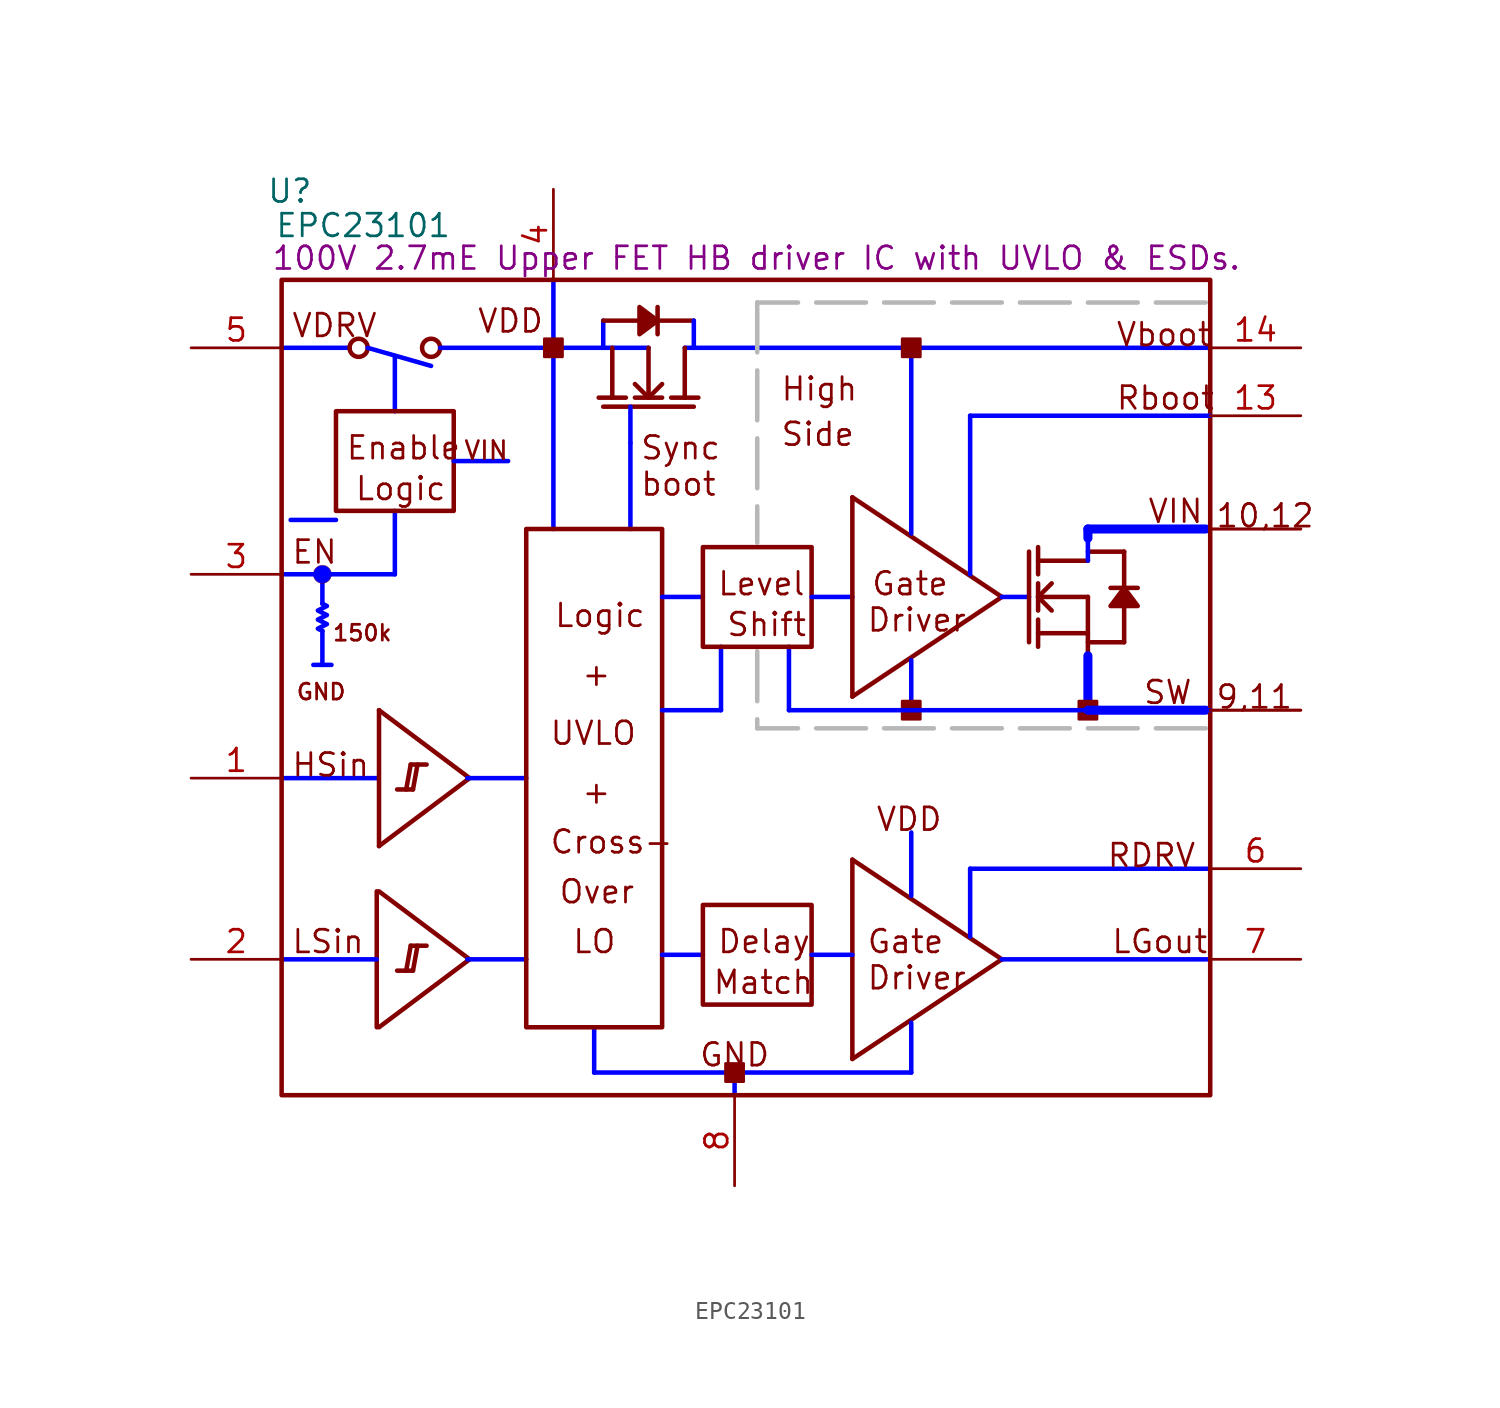
<source format=kicad_sym>
(kicad_symbol_lib
  (version 20241209)
  (generator "kicad_symbol_editor")
  (generator_version "9.0")
  (symbol "EPC23101"
    (property "Reference" "U"
      (at 5.537 50.698 0)
      (effects (font (size 1.27 1.27))))
    (property "Value" "EPC23101"
      (at 9.652 48.768 0)
      (effects (font (size 1.27 1.27))))
    (property "Description" "100V 2.7mE Upper FET HB driver IC with UVLO & ESDs."
      (at 31.699 46.939 0)
      (effects (font (size 1.27 1.27))))
    (symbol "EPC23101_1_0"
      (polyline (pts (xy 5.08 41.91) (xy 8.89 41.91)) (stroke (width 0.254) (type solid) (color 0 0 255 1)) (fill (type none)))
      (polyline (pts (xy 5.588 32.258) (xy 8.128 32.258)) (stroke (width 0.254) (type solid) (color 0 0 255 1)) (fill (type none)))
      (polyline (pts (xy 7.366 29.21) (xy 7.366 27.559)) (stroke (width 0.254) (type solid) (color 0 0 255 1)) (fill (type none)))
      (circle (center 7.366 29.21) (radius 0.508) (stroke (width 0.0001) (type solid)) (fill (type color) (color 0 0 255 1)))
      (polyline (pts (xy 7.366 26.035) (xy 7.366 24.13)) (stroke (width 0.254) (type solid) (color 0 0 255 1)) (fill (type none)))
      (polyline (pts (xy 7.366 26.035) (xy 7.112 26.162) (xy 7.62 26.416) (xy 7.112 26.67) (xy 7.62 26.924) (xy 7.112 27.178) (xy 7.62 27.432) (xy 7.366 27.559)) (stroke (width 0.254) (type solid) (color 0 0 255 1)) (fill (type none)))
      (polyline (pts (xy 7.874 24.13) (xy 6.858 24.13)) (stroke (width 0.254) (type solid) (color 0 0 255 1)) (fill (type none)))
      (circle (center 9.398 41.91) (radius 0.508) (stroke (width 0.254) (type solid)) (fill (type none)))
      (polyline (pts (xy 9.906 41.91) (xy 13.462 40.894)) (stroke (width 0.254) (type solid) (color 0 0 255 1)) (fill (type none)))
      (polyline (pts (xy 10.414 17.78) (xy 5.08 17.78)) (stroke (width 0.254) (type solid) (color 0 0 255 1)) (fill (type none)))
      (polyline (pts (xy 10.414 11.43) (xy 10.414 3.81)) (stroke (width 0.254) (type solid)) (fill (type none)))
      (polyline (pts (xy 10.414 7.62) (xy 5.08 7.62)) (stroke (width 0.254) (type solid) (color 0 0 255 1)) (fill (type none)))
      (polyline (pts (xy 10.541 21.59) (xy 10.541 13.97)) (stroke (width 0.254) (type solid)) (fill (type none)))
      (polyline (pts (xy 10.541 21.59) (xy 15.621 17.78)) (stroke (width 0.254) (type solid)) (fill (type none)))
      (polyline (pts (xy 10.541 13.97) (xy 15.621 17.78)) (stroke (width 0.254) (type solid)) (fill (type none)))
      (polyline (pts (xy 10.541 11.43) (xy 15.621 7.62)) (stroke (width 0.254) (type solid)) (fill (type none)))
      (polyline (pts (xy 10.541 3.81) (xy 15.621 7.62)) (stroke (width 0.254) (type solid)) (fill (type none)))
      (polyline (pts (xy 11.43 38.354) (xy 11.43 41.402)) (stroke (width 0.254) (type solid) (color 0 0 255 1)) (fill (type none)))
      (polyline (pts (xy 11.43 29.21) (xy 5.08 29.21)) (stroke (width 0.254) (type solid) (color 0 0 255 1)) (fill (type none)))
      (polyline (pts (xy 11.43 29.21) (xy 11.43 32.766)) (stroke (width 0.254) (type solid) (color 0 0 255 1)) (fill (type none)))
      (polyline (pts (xy 12.065 17.145) (xy 12.319 18.542)) (stroke (width 0.254) (type solid)) (fill (type none)))
      (polyline (pts (xy 12.065 6.985) (xy 12.319 8.382)) (stroke (width 0.254) (type solid)) (fill (type none)))
      (polyline (pts (xy 12.446 17.145) (xy 11.557 17.145)) (stroke (width 0.254) (type solid)) (fill (type none)))
      (polyline (pts (xy 12.446 17.145) (xy 12.7 18.542)) (stroke (width 0.254) (type solid)) (fill (type none)))
      (polyline (pts (xy 12.446 6.985) (xy 11.557 6.985)) (stroke (width 0.254) (type solid)) (fill (type none)))
      (polyline (pts (xy 12.446 6.985) (xy 12.7 8.382)) (stroke (width 0.254) (type solid)) (fill (type none)))
      (polyline (pts (xy 13.208 18.542) (xy 12.319 18.542)) (stroke (width 0.254) (type solid)) (fill (type none)))
      (polyline (pts (xy 13.208 8.382) (xy 12.319 8.382)) (stroke (width 0.254) (type solid)) (fill (type none)))
      (circle (center 13.462 41.91) (radius 0.508) (stroke (width 0.254) (type solid)) (fill (type none)))
      (polyline (pts (xy 13.97 41.91) (xy 25.654 41.91)) (stroke (width 0.254) (type solid) (color 0 0 255 1)) (fill (type none)))
      (rectangle (start 14.732 38.354) (end 8.128 32.766) (stroke (width 0.254) (type solid)) (fill (type none)))
      (polyline (pts (xy 15.494 17.78) (xy 18.796 17.78)) (stroke (width 0.254) (type solid) (color 0 0 255 1)) (fill (type none)))
      (polyline (pts (xy 15.494 7.62) (xy 18.796 7.62)) (stroke (width 0.254) (type solid) (color 0 0 255 1)) (fill (type none)))
      (polyline (pts (xy 17.78 35.56) (xy 14.732 35.56)) (stroke (width 0.254) (type solid) (color 0 0 255 1)) (fill (type none)))
      (polyline (pts (xy 20.32 31.75) (xy 20.32 45.72)) (stroke (width 0.254) (type solid) (color 0 0 255 1)) (fill (type none)))
      (rectangle (start 20.828 42.418) (end 19.812 41.402) (stroke (width 0) (type solid)) (fill (type outline)))
      (polyline (pts (xy 22.606 1.27) (xy 22.606 3.81)) (stroke (width 0.254) (type solid) (color 0 0 255 1)) (fill (type none)))
      (polyline (pts (xy 22.606 1.27) (xy 40.386 1.27)) (stroke (width 0.254) (type solid) (color 0 0 255 1)) (fill (type none)))
      (polyline (pts (xy 23.114 43.434) (xy 23.114 41.91)) (stroke (width 0.254) (type solid) (color 0 0 255 1)) (fill (type none)))
      (polyline (pts (xy 23.114 43.434) (xy 25.146 43.434)) (stroke (width 0.254) (type solid)) (fill (type none)))
      (polyline (pts (xy 23.114 38.608) (xy 28.194 38.608)) (stroke (width 0.254) (type solid)) (fill (type none)))
      (polyline (pts (xy 23.622 41.91) (xy 23.622 39.116)) (stroke (width 0.254) (type solid)) (fill (type none)))
      (polyline (pts (xy 24.384 39.116) (xy 22.86 39.116)) (stroke (width 0.254) (type solid)) (fill (type none)))
      (polyline (pts (xy 24.638 38.608) (xy 24.638 36.576)) (stroke (width 0.254) (type solid) (color 0 0 255 1)) (fill (type none)))
      (polyline (pts (xy 24.638 31.75) (xy 24.638 36.576)) (stroke (width 0.254) (type solid) (color 0 0 255 1)) (fill (type none)))
      (polyline (pts (xy 25.654 39.116) (xy 24.892 39.878)) (stroke (width 0.254) (type solid)) (fill (type none)))
      (polyline (pts (xy 25.654 39.116) (xy 25.654 41.91)) (stroke (width 0.254) (type solid)) (fill (type none)))
      (polyline (pts (xy 26.162 43.434) (xy 28.194 43.434)) (stroke (width 0.254) (type solid)) (fill (type none)))
      (polyline (pts (xy 26.162 43.434) (xy 25.146 44.196) (xy 25.146 42.672) (xy 26.162 43.434)) (stroke (width 0.254) (type solid)) (fill (type outline)))
      (polyline (pts (xy 26.162 42.672) (xy 26.162 44.196)) (stroke (width 0.254) (type solid)) (fill (type none)))
      (polyline (pts (xy 26.416 39.878) (xy 25.654 39.116)) (stroke (width 0.254) (type solid)) (fill (type none)))
      (polyline (pts (xy 26.416 39.116) (xy 24.892 39.116)) (stroke (width 0.254) (type solid)) (fill (type none)))
      (rectangle (start 26.416 31.75) (end 18.796 3.81) (stroke (width 0.254) (type solid)) (fill (type none)))
      (polyline (pts (xy 26.416 27.94) (xy 28.702 27.94)) (stroke (width 0.254) (type solid) (color 0 0 255 1)) (fill (type none)))
      (polyline (pts (xy 27.686 41.91) (xy 57.15 41.91)) (stroke (width 0.254) (type solid) (color 0 0 255 1)) (fill (type none)))
      (polyline (pts (xy 27.686 39.116) (xy 27.686 41.91)) (stroke (width 0.254) (type solid)) (fill (type none)))
      (polyline (pts (xy 28.194 43.434) (xy 28.194 41.91)) (stroke (width 0.254) (type solid) (color 0 0 255 1)) (fill (type none)))
      (polyline (pts (xy 28.448 39.116) (xy 26.924 39.116)) (stroke (width 0.254) (type solid)) (fill (type none)))
      (polyline (pts (xy 28.702 7.874) (xy 26.416 7.874)) (stroke (width 0.254) (type solid) (color 0 0 255 1)) (fill (type none)))
      (polyline (pts (xy 29.718 21.59) (xy 26.416 21.59)) (stroke (width 0.254) (type solid) (color 0 0 255 1)) (fill (type none)))
      (polyline (pts (xy 29.718 21.59) (xy 29.718 25.146)) (stroke (width 0.254) (type solid) (color 0 0 255 1)) (fill (type none)))
      (polyline (pts (xy 30.48 0) (xy 30.48 1.27)) (stroke (width 0.254) (type solid) (color 0 0 255 1)) (fill (type none)))
      (rectangle (start 30.988 1.778) (end 29.972 0.762) (stroke (width 0) (type solid)) (fill (type outline)))
      (polyline (pts (xy 31.75 44.45) (xy 31.75 30.988)) (stroke (width 0.254) (type dash) (color 183 183 183 1)) (fill (type none)))
      (polyline (pts (xy 31.75 24.892) (xy 31.75 20.574)) (stroke (width 0.254) (type dash) (color 183 183 183 1)) (fill (type none)))
      (polyline (pts (xy 33.528 21.59) (xy 33.528 25.146)) (stroke (width 0.254) (type solid) (color 0 0 255 1)) (fill (type none)))
      (rectangle (start 34.798 30.734) (end 28.702 25.146) (stroke (width 0.254) (type solid)) (fill (type none)))
      (polyline (pts (xy 34.798 27.94) (xy 37.084 27.94)) (stroke (width 0.254) (type solid) (color 0 0 255 1)) (fill (type none)))
      (rectangle (start 34.798 10.668) (end 28.702 5.08) (stroke (width 0.254) (type solid)) (fill (type none)))
      (polyline (pts (xy 37.084 33.528) (xy 37.084 22.352)) (stroke (width 0.254) (type solid)) (fill (type none)))
      (polyline (pts (xy 37.084 33.528) (xy 45.466 27.94)) (stroke (width 0.254) (type solid)) (fill (type none)))
      (polyline (pts (xy 37.084 22.352) (xy 45.466 27.94)) (stroke (width 0.254) (type solid)) (fill (type none)))
      (polyline (pts (xy 37.084 13.208) (xy 37.084 2.032)) (stroke (width 0.254) (type solid)) (fill (type none)))
      (polyline (pts (xy 37.084 13.208) (xy 45.466 7.62)) (stroke (width 0.254) (type solid)) (fill (type none)))
      (polyline (pts (xy 37.084 7.874) (xy 34.798 7.874)) (stroke (width 0.254) (type solid) (color 0 0 255 1)) (fill (type none)))
      (polyline (pts (xy 37.084 2.032) (xy 45.466 7.62)) (stroke (width 0.254) (type solid)) (fill (type none)))
      (polyline (pts (xy 40.386 31.496) (xy 40.386 41.91)) (stroke (width 0.254) (type solid) (color 0 0 255 1)) (fill (type none)))
      (polyline (pts (xy 40.386 21.59) (xy 40.386 24.384)) (stroke (width 0.254) (type solid) (color 0 0 255 1)) (fill (type none)))
      (polyline (pts (xy 40.386 11.176) (xy 40.386 14.732)) (stroke (width 0.254) (type solid) (color 0 0 255 1)) (fill (type none)))
      (polyline (pts (xy 40.386 1.27) (xy 40.386 4.064)) (stroke (width 0.254) (type solid) (color 0 0 255 1)) (fill (type none)))
      (rectangle (start 40.894 42.418) (end 39.878 41.402) (stroke (width 0) (type solid)) (fill (type outline)))
      (rectangle (start 40.894 22.098) (end 39.878 21.082) (stroke (width 0) (type solid)) (fill (type outline)))
      (polyline (pts (xy 43.688 29.21) (xy 43.688 38.1)) (stroke (width 0.254) (type solid) (color 0 0 255 1)) (fill (type none)))
      (polyline (pts (xy 43.688 12.7) (xy 57.15 12.7)) (stroke (width 0.254) (type solid) (color 0 0 255 1)) (fill (type none)))
      (polyline (pts (xy 43.688 8.89) (xy 43.688 12.7)) (stroke (width 0.254) (type solid) (color 0 0 255 1)) (fill (type none)))
      (polyline (pts (xy 45.466 27.94) (xy 46.99 27.94)) (stroke (width 0.254) (type solid) (color 0 0 255 1)) (fill (type none)))
      (polyline (pts (xy 45.466 7.62) (xy 57.15 7.62)) (stroke (width 0.254) (type solid) (color 0 0 255 1)) (fill (type none)))
      (polyline (pts (xy 46.99 30.48) (xy 46.99 25.4)) (stroke (width 0.254) (type solid)) (fill (type none)))
      (polyline (pts (xy 47.498 29.21) (xy 47.498 30.734)) (stroke (width 0.254) (type solid)) (fill (type none)))
      (polyline (pts (xy 47.498 27.94) (xy 48.26 28.702)) (stroke (width 0.254) (type solid)) (fill (type none)))
      (polyline (pts (xy 47.498 27.94) (xy 50.292 27.94)) (stroke (width 0.254) (type solid)) (fill (type none)))
      (polyline (pts (xy 47.498 27.178) (xy 47.498 28.702)) (stroke (width 0.254) (type solid)) (fill (type none)))
      (polyline (pts (xy 47.498 25.908) (xy 50.292 25.908)) (stroke (width 0.254) (type solid)) (fill (type none)))
      (polyline (pts (xy 47.498 25.146) (xy 47.498 26.67)) (stroke (width 0.254) (type solid)) (fill (type none)))
      (polyline (pts (xy 48.26 27.178) (xy 47.498 27.94)) (stroke (width 0.254) (type solid)) (fill (type none)))
      (polyline (pts (xy 50.292 31.75) (xy 57.15 31.75)) (stroke (width 0.254) (type solid) (color 0 0 255 1)) (fill (type none)))
      (polyline (pts (xy 50.292 31.242) (xy 50.292 31.75)) (stroke (width 0.508) (type solid) (color 0 0 255 1)) (fill (type none)))
      (polyline (pts (xy 50.292 30.48) (xy 52.324 30.48)) (stroke (width 0.254) (type solid)) (fill (type none)))
      (polyline (pts (xy 50.292 29.972) (xy 47.498 29.972)) (stroke (width 0.254) (type solid)) (fill (type none)))
      (polyline (pts (xy 50.292 29.972) (xy 50.292 31.75)) (stroke (width 0.254) (type solid) (color 0 0 255 1)) (fill (type none)))
      (polyline (pts (xy 50.292 27.94) (xy 50.292 22.86)) (stroke (width 0.254) (type solid)) (fill (type none)))
      (polyline (pts (xy 50.292 25.4) (xy 52.324 25.4)) (stroke (width 0.254) (type solid)) (fill (type none)))
      (polyline (pts (xy 50.292 21.59) (xy 50.292 24.638)) (stroke (width 0.254) (type solid) (color 0 0 255 1)) (fill (type none)))
      (polyline (pts (xy 50.292 21.59) (xy 50.292 24.638)) (stroke (width 0.508) (type solid) (color 0 0 255 1)) (fill (type none)))
      (rectangle (start 50.8 22.098) (end 49.784 21.082) (stroke (width 0) (type solid)) (fill (type outline)))
      (polyline (pts (xy 52.324 30.48) (xy 52.324 28.448)) (stroke (width 0.254) (type solid)) (fill (type none)))
      (polyline (pts (xy 52.324 28.448) (xy 51.562 27.432) (xy 53.086 27.432) (xy 52.324 28.448)) (stroke (width 0.254) (type solid)) (fill (type outline)))
      (polyline (pts (xy 52.324 27.432) (xy 52.324 25.4)) (stroke (width 0.254) (type solid)) (fill (type none)))
      (polyline (pts (xy 53.086 28.448) (xy 51.562 28.448)) (stroke (width 0.254) (type solid)) (fill (type none)))
      (polyline (pts (xy 56.896 44.45) (xy 31.75 44.45)) (stroke (width 0.254) (type dash) (color 183 183 183 1)) (fill (type none)))
      (polyline (pts (xy 56.896 31.75) (xy 50.292 31.75)) (stroke (width 0.508) (type solid) (color 0 0 255 1)) (fill (type none)))
      (polyline (pts (xy 56.896 21.59) (xy 50.292 21.59)) (stroke (width 0.508) (type solid) (color 0 0 255 1)) (fill (type none)))
      (polyline (pts (xy 56.896 20.574) (xy 31.75 20.574)) (stroke (width 0.254) (type dash) (color 183 183 183 1)) (fill (type none)))
      (rectangle (start 57.15 45.72) (end 5.08 0) (stroke (width 0.254) (type solid)) (fill (type none)))
      (polyline (pts (xy 57.15 38.1) (xy 43.688 38.1)) (stroke (width 0.254) (type solid) (color 0 0 255 1)) (fill (type none)))
      (polyline (pts (xy 57.15 21.59) (xy 33.528 21.59)) (stroke (width 0.254) (type solid) (color 0 0 255 1)) (fill (type none)))
      (text "VDRV" (at 5.588 42.418 0) (effects (font (size 1.27 1.27)) (justify left bottom)))
      (text "EN" (at 5.588 29.718 0) (effects (font (size 1.27 1.27)) (justify left bottom)))
      (text "HSin" (at 5.588 17.78 0) (effects (font (size 1.27 1.27)) (justify left bottom)))
      (text "LSin" (at 5.588 7.874 0) (effects (font (size 1.27 1.27)) (justify left bottom)))
      (text "GND" (at 5.842 22.098 0) (effects (font (size 0.889 0.889)) (justify left bottom)))
      (text "150k" (at 7.874 25.4 0) (effects (font (size 0.889 0.889)) (justify left bottom)))
      (text "Enable" (at 8.636 35.56 0) (effects (font (size 1.27 1.27)) (justify left bottom)))
      (text "Logic" (at 9.144 33.274 0) (effects (font (size 1.27 1.27)) (justify left bottom)))
      (text "VIN" (at 15.24 35.56 0) (effects (font (size 1.016 1.016)) (justify left bottom)))
      (text "VDD" (at 16.002 42.672 0) (effects (font (size 1.27 1.27)) (justify left bottom)))
      (text "UVLO" (at 20.066 19.558 0) (effects (font (size 1.27 1.27)) (justify left bottom)))
      (text "Cross-" (at 20.066 13.462 0) (effects (font (size 1.27 1.27)) (justify left bottom)))
      (text "Logic" (at 20.32 26.162 0) (effects (font (size 1.27 1.27)) (justify left bottom)))
      (text "Over" (at 20.574 10.668 0) (effects (font (size 1.27 1.27)) (justify left bottom)))
      (text "LO" (at 21.336 7.874 0) (effects (font (size 1.27 1.27)) (justify left bottom)))
      (text "+" (at 21.844 22.86 0) (effects (font (size 1.27 1.27)) (justify left bottom)))
      (text "+" (at 21.844 16.256 0) (effects (font (size 1.27 1.27)) (justify left bottom)))
      (text "Sync" (at 25.146 35.56 0) (effects (font (size 1.27 1.27)) (justify left bottom)))
      (text "boot" (at 25.146 33.528 0) (effects (font (size 1.27 1.27)) (justify left bottom)))
      (text "GND" (at 28.448 1.524 0) (effects (font (size 1.27 1.27)) (justify left bottom)))
      (text "Match" (at 29.21 5.588 0) (effects (font (size 1.27 1.27)) (justify left bottom)))
      (text "Level" (at 29.464 27.94 0) (effects (font (size 1.27 1.27)) (justify left bottom)))
      (text "Delay" (at 29.464 7.874 0) (effects (font (size 1.27 1.27)) (justify left bottom)))
      (text "Shift" (at 29.972 25.654 0) (effects (font (size 1.27 1.27)) (justify left bottom)))
      (text "High" (at 33.02 38.862 0) (effects (font (size 1.27 1.27)) (justify left bottom)))
      (text "Side" (at 33.02 36.322 0) (effects (font (size 1.27 1.27)) (justify left bottom)))
      (text "Driver" (at 37.846 25.908 0) (effects (font (size 1.27 1.27)) (justify left bottom)))
      (text "Gate" (at 37.846 7.874 0) (effects (font (size 1.27 1.27)) (justify left bottom)))
      (text "Driver" (at 37.846 5.842 0) (effects (font (size 1.27 1.27)) (justify left bottom)))
      (text "Gate" (at 38.1 27.94 0) (effects (font (size 1.27 1.27)) (justify left bottom)))
      (text "VDD" (at 38.354 14.732 0) (effects (font (size 1.27 1.27)) (justify left bottom)))
      (text "RDRV" (at 51.308 12.7 0) (effects (font (size 1.27 1.27)) (justify left bottom)))
      (text "LGout" (at 51.562 7.874 0) (effects (font (size 1.27 1.27)) (justify left bottom)))
      (text "Vboot" (at 51.816 41.91 0) (effects (font (size 1.27 1.27)) (justify left bottom)))
      (text "Rboot" (at 51.816 38.354 0) (effects (font (size 1.27 1.27)) (justify left bottom)))
      (text "SW" (at 53.34 21.844 0) (effects (font (size 1.27 1.27)) (justify left bottom)))
      (text "VIN" (at 53.594 32.004 0) (effects (font (size 1.27 1.27)) (justify left bottom)))
      (text "10,12" (at 57.404 31.75 0) (effects (font (size 1.27 1.27)) (justify left bottom)))
      (text "9,11" (at 57.404 21.59 0) (effects (font (size 1.27 1.27)) (justify left bottom)))
      (pin passive line (at 0 41.91 0) (length 5.08) (name "VDRV" (effects (font (size 0 0)))) (number "5" (effects (font (size 1.27 1.27)))))
      (pin passive line (at 0 29.21 0) (length 5.08) (name "ENb" (effects (font (size 0 0)))) (number "3" (effects (font (size 1.27 1.27)))))
      (pin passive line (at 0 17.78 0) (length 5.08) (name "HSin" (effects (font (size 0 0)))) (number "1" (effects (font (size 1.27 1.27)))))
      (pin passive line (at 0 7.62 0) (length 5.08) (name "LSin" (effects (font (size 0 0)))) (number "2" (effects (font (size 1.27 1.27)))))
      (pin passive line (at 20.32 50.8 270) (length 5.08) (name "VDD" (effects (font (size 0 0)))) (number "4" (effects (font (size 1.27 1.27)))))
      (pin passive line (at 30.48 -5.08 90) (length 5.08) (name "GND" (effects (font (size 0 0)))) (number "8" (effects (font (size 1.27 1.27)))))
      (pin passive line (at 62.23 41.91 180) (length 5.08) (name "Vboot" (effects (font (size 0 0)))) (number "14" (effects (font (size 1.27 1.27)))))
      (pin passive line (at 62.23 38.1 180) (length 5.08) (name "Rboot" (effects (font (size 0 0)))) (number "13" (effects (font (size 1.27 1.27)))))
      (pin passive line (at 62.23 31.75 180) (length 5.08) (name "VIN" (effects (font (size 0 0)))) (number "10" (effects (font (size 0 0)))))
      (pin passive line (at 62.23 31.75 180) (length 5.08) (name "VIN" (effects (font (size 0 0)))) (number "12" (effects (font (size 0 0)))))
      (pin passive line (at 62.23 21.59 180) (length 5.08) (name "SW" (effects (font (size 0 0)))) (number "11" (effects (font (size 0 0)))))
      (pin passive line (at 62.23 21.59 180) (length 5.08) (name "SW" (effects (font (size 0 0)))) (number "9" (effects (font (size 0 0)))))
      (pin passive line (at 62.23 12.7 180) (length 5.08) (name "RDRV" (effects (font (size 0 0)))) (number "6" (effects (font (size 1.27 1.27)))))
      (pin passive line (at 62.23 7.62 180) (length 5.08) (name "LGout" (effects (font (size 0 0)))) (number "7" (effects (font (size 1.27 1.27))))))))
</source>
